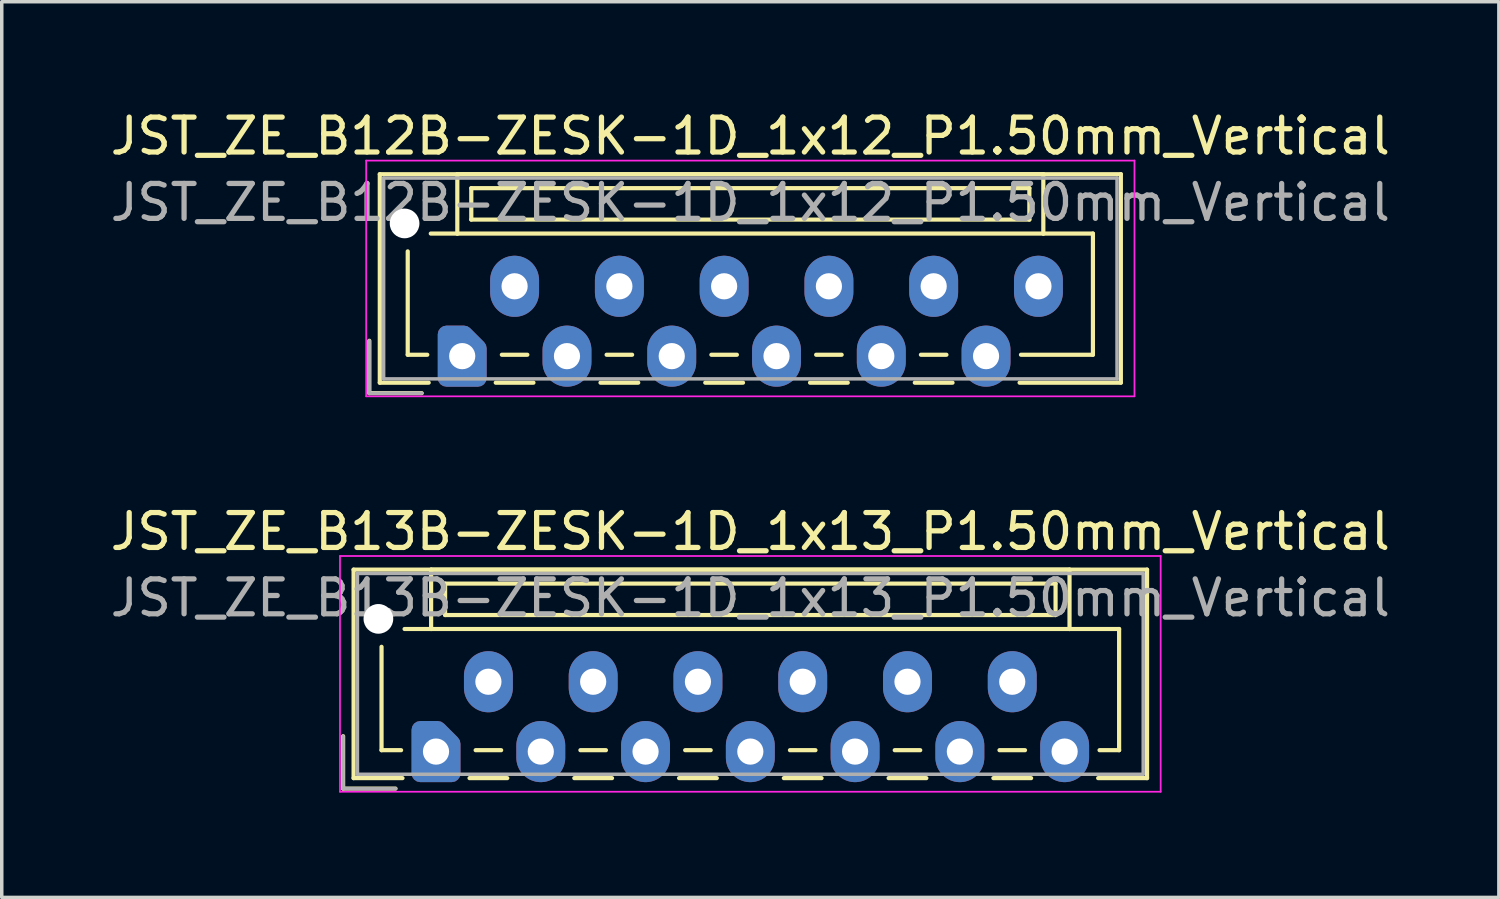
<source format=kicad_pcb>
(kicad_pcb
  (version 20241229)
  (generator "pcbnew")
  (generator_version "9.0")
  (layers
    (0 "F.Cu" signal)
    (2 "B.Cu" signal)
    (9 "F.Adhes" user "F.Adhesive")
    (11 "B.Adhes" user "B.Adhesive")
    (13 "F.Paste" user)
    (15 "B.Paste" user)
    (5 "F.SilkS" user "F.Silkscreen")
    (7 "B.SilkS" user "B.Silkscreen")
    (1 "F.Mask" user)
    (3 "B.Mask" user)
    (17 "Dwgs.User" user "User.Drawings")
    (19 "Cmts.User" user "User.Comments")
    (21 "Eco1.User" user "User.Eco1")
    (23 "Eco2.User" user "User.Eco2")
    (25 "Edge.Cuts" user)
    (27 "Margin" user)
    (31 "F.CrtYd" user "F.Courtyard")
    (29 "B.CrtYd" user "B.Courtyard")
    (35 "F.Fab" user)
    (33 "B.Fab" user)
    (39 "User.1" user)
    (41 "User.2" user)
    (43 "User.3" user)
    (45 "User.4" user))
  (footprint "JST_ZE_B12B-ZESK-1D_1x12_P1.50mm_Vertical"
    (layer "F.Cu")
    (at 10.185 7.148)
    (property "Reference" "JST_ZE_B12B-ZESK-1D_1x12_P1.50mm_Vertical" (at 8.25 -6.3 0) (layer "F.SilkS") (effects (font (size 1 1) (thickness 0.15))))
    (attr through_hole)
    (fp_line (start -2.66 -0.44) (end -2.66 1.06) (stroke (width 0.12) (type solid)) (layer "F.SilkS"))
    (fp_line (start -2.66 1.06) (end -1.16 1.06) (stroke (width 0.12) (type solid)) (layer "F.SilkS"))
    (fp_line (start -2.36 -5.21) (end 18.86 -5.21) (stroke (width 0.12) (type solid)) (layer "F.SilkS"))
    (fp_line (start -2.36 0.76) (end -2.36 -5.21) (stroke (width 0.12) (type solid)) (layer "F.SilkS"))
    (fp_line (start -1.56 -3) (end -1.56 -0.04) (stroke (width 0.12) (type solid)) (layer "F.SilkS"))
    (fp_line (start -1.56 -0.04) (end -1 -0.04) (stroke (width 0.12) (type solid)) (layer "F.SilkS"))
    (fp_line (start -0.96 0.76) (end -2.36 0.76) (stroke (width 0.12) (type solid)) (layer "F.SilkS"))
    (fp_line (start -0.14 -5.21) (end -0.14 -3.51) (stroke (width 0.12) (type solid)) (layer "F.SilkS"))
    (fp_line (start -0.14 -3.51) (end -0.9 -3.51) (stroke (width 0.12) (type solid)) (layer "F.SilkS"))
    (fp_line (start -0.14 -3.51) (end 16.64 -3.51) (stroke (width 0.12) (type solid)) (layer "F.SilkS"))
    (fp_line (start 0.26 -4.81) (end 0.26 -3.91) (stroke (width 0.12) (type solid)) (layer "F.SilkS"))
    (fp_line (start 0.26 -3.91) (end 16.24 -3.91) (stroke (width 0.12) (type solid)) (layer "F.SilkS"))
    (fp_line (start 0.96 0.76) (end 2.04 0.76) (stroke (width 0.12) (type solid)) (layer "F.SilkS"))
    (fp_line (start 1.135 -0.04) (end 1.865 -0.04) (stroke (width 0.12) (type solid)) (layer "F.SilkS"))
    (fp_line (start 3.96 0.76) (end 5.04 0.76) (stroke (width 0.12) (type solid)) (layer "F.SilkS"))
    (fp_line (start 4.135 -0.04) (end 4.865 -0.04) (stroke (width 0.12) (type solid)) (layer "F.SilkS"))
    (fp_line (start 6.96 0.76) (end 8.04 0.76) (stroke (width 0.12) (type solid)) (layer "F.SilkS"))
    (fp_line (start 7.135 -0.04) (end 7.865 -0.04) (stroke (width 0.12) (type solid)) (layer "F.SilkS"))
    (fp_line (start 9.96 0.76) (end 11.04 0.76) (stroke (width 0.12) (type solid)) (layer "F.SilkS"))
    (fp_line (start 10.135 -0.04) (end 10.865 -0.04) (stroke (width 0.12) (type solid)) (layer "F.SilkS"))
    (fp_line (start 12.96 0.76) (end 14.04 0.76) (stroke (width 0.12) (type solid)) (layer "F.SilkS"))
    (fp_line (start 13.135 -0.04) (end 13.865 -0.04) (stroke (width 0.12) (type solid)) (layer "F.SilkS"))
    (fp_line (start 16.24 -4.81) (end 0.26 -4.81) (stroke (width 0.12) (type solid)) (layer "F.SilkS"))
    (fp_line (start 16.24 -3.91) (end 16.24 -4.81) (stroke (width 0.12) (type solid)) (layer "F.SilkS"))
    (fp_line (start 16.64 -5.21) (end -0.14 -5.21) (stroke (width 0.12) (type solid)) (layer "F.SilkS"))
    (fp_line (start 16.64 -3.51) (end 16.64 -5.21) (stroke (width 0.12) (type solid)) (layer "F.SilkS"))
    (fp_line (start 16.64 -3.51) (end 18.06 -3.51) (stroke (width 0.12) (type solid)) (layer "F.SilkS"))
    (fp_line (start 18.06 -3.51) (end 18.06 -0.04) (stroke (width 0.12) (type solid)) (layer "F.SilkS"))
    (fp_line (start 18.06 -0.04) (end 16 -0.04) (stroke (width 0.12) (type solid)) (layer "F.SilkS"))
    (fp_line (start 18.86 -5.21) (end 18.86 0.76) (stroke (width 0.12) (type solid)) (layer "F.SilkS"))
    (fp_line (start 18.86 0.76) (end 15.96 0.76) (stroke (width 0.12) (type solid)) (layer "F.SilkS"))
    (fp_line (start -2.75 -5.6) (end -2.75 1.15) (stroke (width 0.05) (type solid)) (layer "F.CrtYd"))
    (fp_line (start -2.75 1.15) (end 19.25 1.15) (stroke (width 0.05) (type solid)) (layer "F.CrtYd"))
    (fp_line (start 19.25 -5.6) (end -2.75 -5.6) (stroke (width 0.05) (type solid)) (layer "F.CrtYd"))
    (fp_line (start 19.25 1.15) (end 19.25 -5.6) (stroke (width 0.05) (type solid)) (layer "F.CrtYd"))
    (fp_line (start -2.66 -0.44) (end -2.66 1.06) (stroke (width 0.1) (type solid)) (layer "F.Fab"))
    (fp_line (start -2.66 1.06) (end -1.16 1.06) (stroke (width 0.1) (type solid)) (layer "F.Fab"))
    (fp_line (start -2.25 -5.1) (end -2.25 0.65) (stroke (width 0.1) (type solid)) (layer "F.Fab"))
    (fp_line (start -2.25 0.65) (end 18.75 0.65) (stroke (width 0.1) (type solid)) (layer "F.Fab"))
    (fp_line (start 18.75 -5.1) (end -2.25 -5.1) (stroke (width 0.1) (type solid)) (layer "F.Fab"))
    (fp_line (start 18.75 0.65) (end 18.75 -5.1) (stroke (width 0.1) (type solid)) (layer "F.Fab"))
    (fp_text user "${REFERENCE}" (at 8.25 -4.4 0) (layer "F.Fab") (effects (font (size 1 1) (thickness 0.15))))
    (pad "" np_thru_hole circle (at -1.65 -3.8) (size 0.85 0.85) (drill 0.85) (layers "*.Cu" "*.Mask"))
    (pad "1" thru_hole custom (at 0 0) (size 1.117 1.117) (drill 0.75) (layers "*.Cu" "*.Mask") (options (anchor circle)) (primitives (gr_poly (pts (xy 0.45 -0.225) (xy 0.45 0.625) (xy -0.45 0.625) (xy -0.45 -0.625) (xy 0.05 -0.625)) (width 0.5) (fill yes))))
    (pad "2" thru_hole oval (at 1.5 -2) (size 1.4 1.75) (drill 0.75) (layers "*.Cu" "*.Mask"))
    (pad "3" thru_hole oval (at 3 0) (size 1.4 1.75) (drill 0.75) (layers "*.Cu" "*.Mask"))
    (pad "4" thru_hole oval (at 4.5 -2) (size 1.4 1.75) (drill 0.75) (layers "*.Cu" "*.Mask"))
    (pad "5" thru_hole oval (at 6 0) (size 1.4 1.75) (drill 0.75) (layers "*.Cu" "*.Mask"))
    (pad "6" thru_hole oval (at 7.5 -2) (size 1.4 1.75) (drill 0.75) (layers "*.Cu" "*.Mask"))
    (pad "7" thru_hole oval (at 9 0) (size 1.4 1.75) (drill 0.75) (layers "*.Cu" "*.Mask"))
    (pad "8" thru_hole oval (at 10.5 -2) (size 1.4 1.75) (drill 0.75) (layers "*.Cu" "*.Mask"))
    (pad "9" thru_hole oval (at 12 0) (size 1.4 1.75) (drill 0.75) (layers "*.Cu" "*.Mask"))
    (pad "10" thru_hole oval (at 13.5 -2) (size 1.4 1.75) (drill 0.75) (layers "*.Cu" "*.Mask"))
    (pad "11" thru_hole oval (at 15 0) (size 1.4 1.75) (drill 0.75) (layers "*.Cu" "*.Mask"))
    (pad "12" thru_hole oval (at 16.5 -2) (size 1.4 1.75) (drill 0.75) (layers "*.Cu" "*.Mask")))
  (footprint "JST_ZE_B13B-ZESK-1D_1x13_P1.50mm_Vertical"
    (layer "F.Cu")
    (at 9.435 18.471)
    (property "Reference" "JST_ZE_B13B-ZESK-1D_1x13_P1.50mm_Vertical" (at 9 -6.3 0) (layer "F.SilkS") (effects (font (size 1 1) (thickness 0.15))))
    (attr through_hole)
    (fp_line (start -2.66 -0.44) (end -2.66 1.06) (stroke (width 0.12) (type solid)) (layer "F.SilkS"))
    (fp_line (start -2.66 1.06) (end -1.16 1.06) (stroke (width 0.12) (type solid)) (layer "F.SilkS"))
    (fp_line (start -2.36 -5.21) (end 20.36 -5.21) (stroke (width 0.12) (type solid)) (layer "F.SilkS"))
    (fp_line (start -2.36 0.76) (end -2.36 -5.21) (stroke (width 0.12) (type solid)) (layer "F.SilkS"))
    (fp_line (start -1.56 -3) (end -1.56 -0.04) (stroke (width 0.12) (type solid)) (layer "F.SilkS"))
    (fp_line (start -1.56 -0.04) (end -1 -0.04) (stroke (width 0.12) (type solid)) (layer "F.SilkS"))
    (fp_line (start -0.96 0.76) (end -2.36 0.76) (stroke (width 0.12) (type solid)) (layer "F.SilkS"))
    (fp_line (start -0.14 -5.21) (end -0.14 -3.51) (stroke (width 0.12) (type solid)) (layer "F.SilkS"))
    (fp_line (start -0.14 -3.51) (end -0.9 -3.51) (stroke (width 0.12) (type solid)) (layer "F.SilkS"))
    (fp_line (start -0.14 -3.51) (end 18.14 -3.51) (stroke (width 0.12) (type solid)) (layer "F.SilkS"))
    (fp_line (start 0.26 -4.81) (end 0.26 -3.91) (stroke (width 0.12) (type solid)) (layer "F.SilkS"))
    (fp_line (start 0.26 -3.91) (end 17.74 -3.91) (stroke (width 0.12) (type solid)) (layer "F.SilkS"))
    (fp_line (start 0.96 0.76) (end 2.04 0.76) (stroke (width 0.12) (type solid)) (layer "F.SilkS"))
    (fp_line (start 1.135 -0.04) (end 1.865 -0.04) (stroke (width 0.12) (type solid)) (layer "F.SilkS"))
    (fp_line (start 3.96 0.76) (end 5.04 0.76) (stroke (width 0.12) (type solid)) (layer "F.SilkS"))
    (fp_line (start 4.135 -0.04) (end 4.865 -0.04) (stroke (width 0.12) (type solid)) (layer "F.SilkS"))
    (fp_line (start 6.96 0.76) (end 8.04 0.76) (stroke (width 0.12) (type solid)) (layer "F.SilkS"))
    (fp_line (start 7.135 -0.04) (end 7.865 -0.04) (stroke (width 0.12) (type solid)) (layer "F.SilkS"))
    (fp_line (start 9.96 0.76) (end 11.04 0.76) (stroke (width 0.12) (type solid)) (layer "F.SilkS"))
    (fp_line (start 10.135 -0.04) (end 10.865 -0.04) (stroke (width 0.12) (type solid)) (layer "F.SilkS"))
    (fp_line (start 12.96 0.76) (end 14.04 0.76) (stroke (width 0.12) (type solid)) (layer "F.SilkS"))
    (fp_line (start 13.135 -0.04) (end 13.865 -0.04) (stroke (width 0.12) (type solid)) (layer "F.SilkS"))
    (fp_line (start 15.96 0.76) (end 17.04 0.76) (stroke (width 0.12) (type solid)) (layer "F.SilkS"))
    (fp_line (start 16.135 -0.04) (end 16.865 -0.04) (stroke (width 0.12) (type solid)) (layer "F.SilkS"))
    (fp_line (start 17.74 -4.81) (end 0.26 -4.81) (stroke (width 0.12) (type solid)) (layer "F.SilkS"))
    (fp_line (start 17.74 -3.91) (end 17.74 -4.81) (stroke (width 0.12) (type solid)) (layer "F.SilkS"))
    (fp_line (start 18.14 -5.21) (end -0.14 -5.21) (stroke (width 0.12) (type solid)) (layer "F.SilkS"))
    (fp_line (start 18.14 -3.51) (end 18.14 -5.21) (stroke (width 0.12) (type solid)) (layer "F.SilkS"))
    (fp_line (start 18.14 -3.51) (end 19.56 -3.51) (stroke (width 0.12) (type solid)) (layer "F.SilkS"))
    (fp_line (start 19.56 -3.51) (end 19.56 -0.04) (stroke (width 0.12) (type solid)) (layer "F.SilkS"))
    (fp_line (start 19.56 -0.04) (end 19 -0.04) (stroke (width 0.12) (type solid)) (layer "F.SilkS"))
    (fp_line (start 20.36 -5.21) (end 20.36 0.76) (stroke (width 0.12) (type solid)) (layer "F.SilkS"))
    (fp_line (start 20.36 0.76) (end 18.96 0.76) (stroke (width 0.12) (type solid)) (layer "F.SilkS"))
    (fp_line (start -2.75 -5.6) (end -2.75 1.15) (stroke (width 0.05) (type solid)) (layer "F.CrtYd"))
    (fp_line (start -2.75 1.15) (end 20.75 1.15) (stroke (width 0.05) (type solid)) (layer "F.CrtYd"))
    (fp_line (start 20.75 -5.6) (end -2.75 -5.6) (stroke (width 0.05) (type solid)) (layer "F.CrtYd"))
    (fp_line (start 20.75 1.15) (end 20.75 -5.6) (stroke (width 0.05) (type solid)) (layer "F.CrtYd"))
    (fp_line (start -2.66 -0.44) (end -2.66 1.06) (stroke (width 0.1) (type solid)) (layer "F.Fab"))
    (fp_line (start -2.66 1.06) (end -1.16 1.06) (stroke (width 0.1) (type solid)) (layer "F.Fab"))
    (fp_line (start -2.25 -5.1) (end -2.25 0.65) (stroke (width 0.1) (type solid)) (layer "F.Fab"))
    (fp_line (start -2.25 0.65) (end 20.25 0.65) (stroke (width 0.1) (type solid)) (layer "F.Fab"))
    (fp_line (start 20.25 -5.1) (end -2.25 -5.1) (stroke (width 0.1) (type solid)) (layer "F.Fab"))
    (fp_line (start 20.25 0.65) (end 20.25 -5.1) (stroke (width 0.1) (type solid)) (layer "F.Fab"))
    (fp_text user "${REFERENCE}" (at 9 -4.4 0) (layer "F.Fab") (effects (font (size 1 1) (thickness 0.15))))
    (pad "" np_thru_hole circle (at -1.65 -3.8) (size 0.85 0.85) (drill 0.85) (layers "*.Cu" "*.Mask"))
    (pad "1" thru_hole custom (at 0 0) (size 1.117 1.117) (drill 0.75) (layers "*.Cu" "*.Mask") (options (anchor circle)) (primitives (gr_poly (pts (xy 0.45 -0.225) (xy 0.45 0.625) (xy -0.45 0.625) (xy -0.45 -0.625) (xy 0.05 -0.625)) (width 0.5) (fill yes))))
    (pad "2" thru_hole oval (at 1.5 -2) (size 1.4 1.75) (drill 0.75) (layers "*.Cu" "*.Mask"))
    (pad "3" thru_hole oval (at 3 0) (size 1.4 1.75) (drill 0.75) (layers "*.Cu" "*.Mask"))
    (pad "4" thru_hole oval (at 4.5 -2) (size 1.4 1.75) (drill 0.75) (layers "*.Cu" "*.Mask"))
    (pad "5" thru_hole oval (at 6 0) (size 1.4 1.75) (drill 0.75) (layers "*.Cu" "*.Mask"))
    (pad "6" thru_hole oval (at 7.5 -2) (size 1.4 1.75) (drill 0.75) (layers "*.Cu" "*.Mask"))
    (pad "7" thru_hole oval (at 9 0) (size 1.4 1.75) (drill 0.75) (layers "*.Cu" "*.Mask"))
    (pad "8" thru_hole oval (at 10.5 -2) (size 1.4 1.75) (drill 0.75) (layers "*.Cu" "*.Mask"))
    (pad "9" thru_hole oval (at 12 0) (size 1.4 1.75) (drill 0.75) (layers "*.Cu" "*.Mask"))
    (pad "10" thru_hole oval (at 13.5 -2) (size 1.4 1.75) (drill 0.75) (layers "*.Cu" "*.Mask"))
    (pad "11" thru_hole oval (at 15 0) (size 1.4 1.75) (drill 0.75) (layers "*.Cu" "*.Mask"))
    (pad "12" thru_hole oval (at 16.5 -2) (size 1.4 1.75) (drill 0.75) (layers "*.Cu" "*.Mask"))
    (pad "13" thru_hole oval (at 18 0) (size 1.4 1.75) (drill 0.75) (layers "*.Cu" "*.Mask")))
  (gr_rect
    (start -3 -3)
    (end 39.869 22.646)
    (stroke (width 0.1) (type default))
    (fill no)
    (layer "Edge.Cuts")))
</source>
